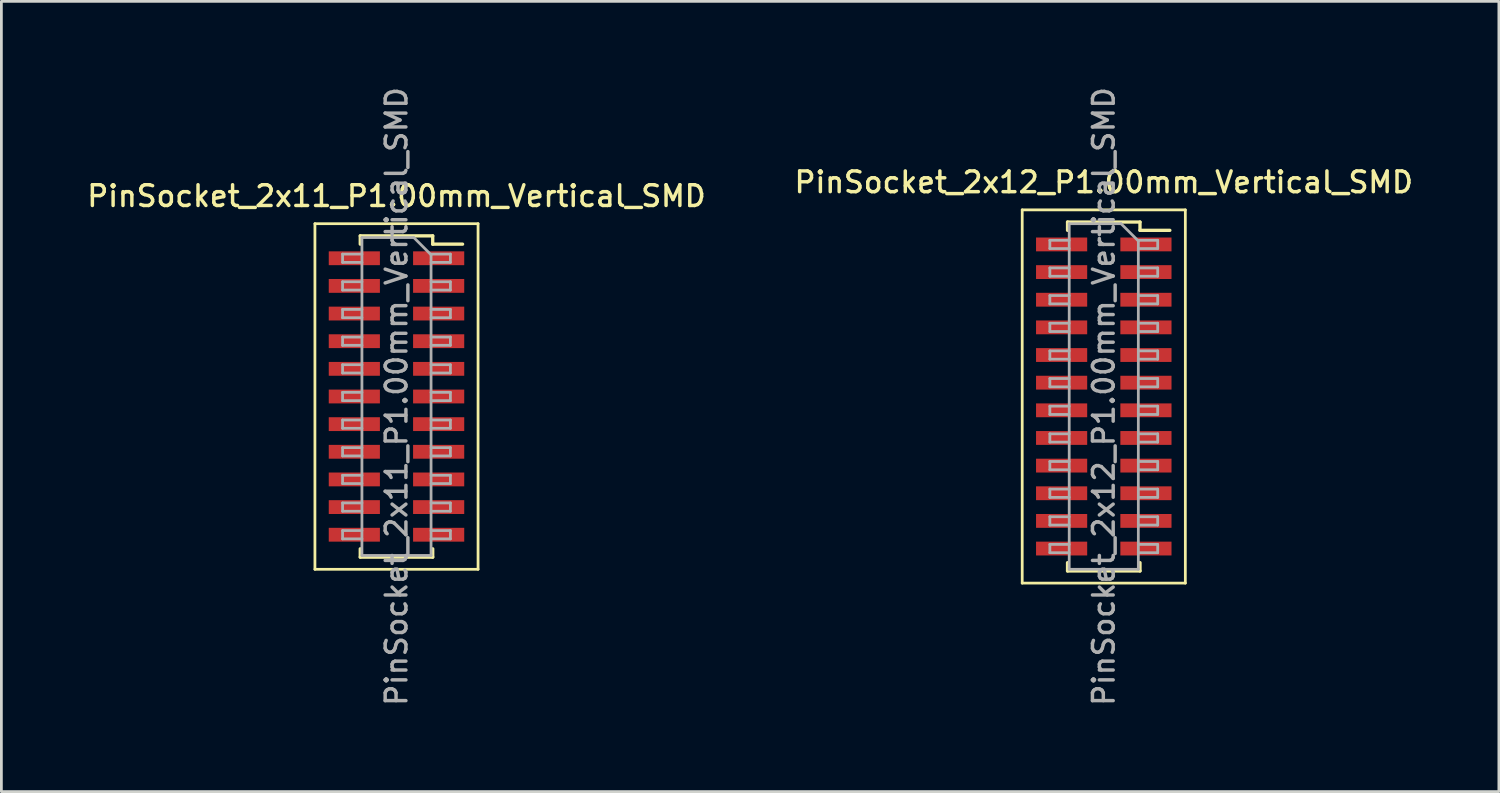
<source format=kicad_pcb>
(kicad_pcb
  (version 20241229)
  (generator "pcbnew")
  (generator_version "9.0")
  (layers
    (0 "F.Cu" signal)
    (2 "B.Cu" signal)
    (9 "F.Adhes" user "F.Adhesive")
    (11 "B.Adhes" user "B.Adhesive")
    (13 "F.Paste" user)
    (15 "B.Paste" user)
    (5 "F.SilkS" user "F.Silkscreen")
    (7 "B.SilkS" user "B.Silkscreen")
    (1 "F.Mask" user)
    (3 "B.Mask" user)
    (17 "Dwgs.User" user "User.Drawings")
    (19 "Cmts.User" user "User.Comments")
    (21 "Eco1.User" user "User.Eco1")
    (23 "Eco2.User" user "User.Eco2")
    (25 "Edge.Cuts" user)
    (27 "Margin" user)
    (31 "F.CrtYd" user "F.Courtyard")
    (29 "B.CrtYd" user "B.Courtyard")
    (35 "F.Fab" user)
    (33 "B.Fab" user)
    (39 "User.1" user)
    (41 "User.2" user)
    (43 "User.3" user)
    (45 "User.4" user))
  (footprint "PinSocket_2x12_P1.00mm_Vertical_SMD"
    (layer "F.Cu")
    (at 36.873 11.291)
    (property "Reference" "PinSocket_2x12_P1.00mm_Vertical_SMD" (at 0 -7.75 0) (layer "F.SilkS") (effects (font (size 0.75 0.75) (thickness 0.125))))
    (attr smd)
    (fp_line (start -2.95 -6.75) (end 2.95 -6.75) (stroke (width 0.1) (type solid)) (layer "F.SilkS"))
    (fp_line (start -2.95 6.75) (end -2.95 -6.75) (stroke (width 0.1) (type solid)) (layer "F.SilkS"))
    (fp_line (start -1.31 -6.31) (end -1.31 -6.01) (stroke (width 0.12) (type solid)) (layer "F.SilkS"))
    (fp_line (start -1.31 -6.31) (end 1.31 -6.31) (stroke (width 0.12) (type solid)) (layer "F.SilkS"))
    (fp_line (start -1.31 6.01) (end -1.31 6.31) (stroke (width 0.12) (type solid)) (layer "F.SilkS"))
    (fp_line (start -1.31 6.31) (end 1.31 6.31) (stroke (width 0.12) (type solid)) (layer "F.SilkS"))
    (fp_line (start 1.31 -6.31) (end 1.31 -6.01) (stroke (width 0.12) (type solid)) (layer "F.SilkS"))
    (fp_line (start 1.31 -6.01) (end 2.39 -6.01) (stroke (width 0.12) (type solid)) (layer "F.SilkS"))
    (fp_line (start 1.31 6.01) (end 1.31 6.31) (stroke (width 0.12) (type solid)) (layer "F.SilkS"))
    (fp_line (start 2.95 -6.75) (end 2.95 6.75) (stroke (width 0.1) (type solid)) (layer "F.SilkS"))
    (fp_line (start 2.95 6.75) (end -2.95 6.75) (stroke (width 0.1) (type solid)) (layer "F.SilkS"))
    (fp_line (start -1.95 -5.65) (end -1.25 -5.65) (stroke (width 0.1) (type solid)) (layer "F.Fab"))
    (fp_line (start -1.95 -5.35) (end -1.95 -5.65) (stroke (width 0.1) (type solid)) (layer "F.Fab"))
    (fp_line (start -1.95 -4.65) (end -1.25 -4.65) (stroke (width 0.1) (type solid)) (layer "F.Fab"))
    (fp_line (start -1.95 -4.35) (end -1.95 -4.65) (stroke (width 0.1) (type solid)) (layer "F.Fab"))
    (fp_line (start -1.95 -3.65) (end -1.25 -3.65) (stroke (width 0.1) (type solid)) (layer "F.Fab"))
    (fp_line (start -1.95 -3.35) (end -1.95 -3.65) (stroke (width 0.1) (type solid)) (layer "F.Fab"))
    (fp_line (start -1.95 -2.65) (end -1.25 -2.65) (stroke (width 0.1) (type solid)) (layer "F.Fab"))
    (fp_line (start -1.95 -2.35) (end -1.95 -2.65) (stroke (width 0.1) (type solid)) (layer "F.Fab"))
    (fp_line (start -1.95 -1.65) (end -1.25 -1.65) (stroke (width 0.1) (type solid)) (layer "F.Fab"))
    (fp_line (start -1.95 -1.35) (end -1.95 -1.65) (stroke (width 0.1) (type solid)) (layer "F.Fab"))
    (fp_line (start -1.95 -0.65) (end -1.25 -0.65) (stroke (width 0.1) (type solid)) (layer "F.Fab"))
    (fp_line (start -1.95 -0.35) (end -1.95 -0.65) (stroke (width 0.1) (type solid)) (layer "F.Fab"))
    (fp_line (start -1.95 0.35) (end -1.25 0.35) (stroke (width 0.1) (type solid)) (layer "F.Fab"))
    (fp_line (start -1.95 0.65) (end -1.95 0.35) (stroke (width 0.1) (type solid)) (layer "F.Fab"))
    (fp_line (start -1.95 1.35) (end -1.25 1.35) (stroke (width 0.1) (type solid)) (layer "F.Fab"))
    (fp_line (start -1.95 1.65) (end -1.95 1.35) (stroke (width 0.1) (type solid)) (layer "F.Fab"))
    (fp_line (start -1.95 2.35) (end -1.25 2.35) (stroke (width 0.1) (type solid)) (layer "F.Fab"))
    (fp_line (start -1.95 2.65) (end -1.95 2.35) (stroke (width 0.1) (type solid)) (layer "F.Fab"))
    (fp_line (start -1.95 3.35) (end -1.25 3.35) (stroke (width 0.1) (type solid)) (layer "F.Fab"))
    (fp_line (start -1.95 3.65) (end -1.95 3.35) (stroke (width 0.1) (type solid)) (layer "F.Fab"))
    (fp_line (start -1.95 4.35) (end -1.25 4.35) (stroke (width 0.1) (type solid)) (layer "F.Fab"))
    (fp_line (start -1.95 4.65) (end -1.95 4.35) (stroke (width 0.1) (type solid)) (layer "F.Fab"))
    (fp_line (start -1.95 5.35) (end -1.25 5.35) (stroke (width 0.1) (type solid)) (layer "F.Fab"))
    (fp_line (start -1.95 5.65) (end -1.95 5.35) (stroke (width 0.1) (type solid)) (layer "F.Fab"))
    (fp_line (start -1.25 -6.25) (end 0.625 -6.25) (stroke (width 0.1) (type solid)) (layer "F.Fab"))
    (fp_line (start -1.25 -5.35) (end -1.95 -5.35) (stroke (width 0.1) (type solid)) (layer "F.Fab"))
    (fp_line (start -1.25 -4.35) (end -1.95 -4.35) (stroke (width 0.1) (type solid)) (layer "F.Fab"))
    (fp_line (start -1.25 -3.35) (end -1.95 -3.35) (stroke (width 0.1) (type solid)) (layer "F.Fab"))
    (fp_line (start -1.25 -2.35) (end -1.95 -2.35) (stroke (width 0.1) (type solid)) (layer "F.Fab"))
    (fp_line (start -1.25 -1.35) (end -1.95 -1.35) (stroke (width 0.1) (type solid)) (layer "F.Fab"))
    (fp_line (start -1.25 -0.35) (end -1.95 -0.35) (stroke (width 0.1) (type solid)) (layer "F.Fab"))
    (fp_line (start -1.25 0.65) (end -1.95 0.65) (stroke (width 0.1) (type solid)) (layer "F.Fab"))
    (fp_line (start -1.25 1.65) (end -1.95 1.65) (stroke (width 0.1) (type solid)) (layer "F.Fab"))
    (fp_line (start -1.25 2.65) (end -1.95 2.65) (stroke (width 0.1) (type solid)) (layer "F.Fab"))
    (fp_line (start -1.25 3.65) (end -1.95 3.65) (stroke (width 0.1) (type solid)) (layer "F.Fab"))
    (fp_line (start -1.25 4.65) (end -1.95 4.65) (stroke (width 0.1) (type solid)) (layer "F.Fab"))
    (fp_line (start -1.25 5.65) (end -1.95 5.65) (stroke (width 0.1) (type solid)) (layer "F.Fab"))
    (fp_line (start -1.25 6.25) (end -1.25 -6.25) (stroke (width 0.1) (type solid)) (layer "F.Fab"))
    (fp_line (start 0.625 -6.25) (end 1.25 -5.625) (stroke (width 0.1) (type solid)) (layer "F.Fab"))
    (fp_line (start 1.25 -5.65) (end 1.95 -5.65) (stroke (width 0.1) (type solid)) (layer "F.Fab"))
    (fp_line (start 1.25 -5.625) (end 1.25 6.25) (stroke (width 0.1) (type solid)) (layer "F.Fab"))
    (fp_line (start 1.25 -4.65) (end 1.95 -4.65) (stroke (width 0.1) (type solid)) (layer "F.Fab"))
    (fp_line (start 1.25 -3.65) (end 1.95 -3.65) (stroke (width 0.1) (type solid)) (layer "F.Fab"))
    (fp_line (start 1.25 -2.65) (end 1.95 -2.65) (stroke (width 0.1) (type solid)) (layer "F.Fab"))
    (fp_line (start 1.25 -1.65) (end 1.95 -1.65) (stroke (width 0.1) (type solid)) (layer "F.Fab"))
    (fp_line (start 1.25 -0.65) (end 1.95 -0.65) (stroke (width 0.1) (type solid)) (layer "F.Fab"))
    (fp_line (start 1.25 0.35) (end 1.95 0.35) (stroke (width 0.1) (type solid)) (layer "F.Fab"))
    (fp_line (start 1.25 1.35) (end 1.95 1.35) (stroke (width 0.1) (type solid)) (layer "F.Fab"))
    (fp_line (start 1.25 2.35) (end 1.95 2.35) (stroke (width 0.1) (type solid)) (layer "F.Fab"))
    (fp_line (start 1.25 3.35) (end 1.95 3.35) (stroke (width 0.1) (type solid)) (layer "F.Fab"))
    (fp_line (start 1.25 4.35) (end 1.95 4.35) (stroke (width 0.1) (type solid)) (layer "F.Fab"))
    (fp_line (start 1.25 5.35) (end 1.95 5.35) (stroke (width 0.1) (type solid)) (layer "F.Fab"))
    (fp_line (start 1.25 6.25) (end -1.25 6.25) (stroke (width 0.1) (type solid)) (layer "F.Fab"))
    (fp_line (start 1.95 -5.65) (end 1.95 -5.35) (stroke (width 0.1) (type solid)) (layer "F.Fab"))
    (fp_line (start 1.95 -5.35) (end 1.25 -5.35) (stroke (width 0.1) (type solid)) (layer "F.Fab"))
    (fp_line (start 1.95 -4.65) (end 1.95 -4.35) (stroke (width 0.1) (type solid)) (layer "F.Fab"))
    (fp_line (start 1.95 -4.35) (end 1.25 -4.35) (stroke (width 0.1) (type solid)) (layer "F.Fab"))
    (fp_line (start 1.95 -3.65) (end 1.95 -3.35) (stroke (width 0.1) (type solid)) (layer "F.Fab"))
    (fp_line (start 1.95 -3.35) (end 1.25 -3.35) (stroke (width 0.1) (type solid)) (layer "F.Fab"))
    (fp_line (start 1.95 -2.65) (end 1.95 -2.35) (stroke (width 0.1) (type solid)) (layer "F.Fab"))
    (fp_line (start 1.95 -2.35) (end 1.25 -2.35) (stroke (width 0.1) (type solid)) (layer "F.Fab"))
    (fp_line (start 1.95 -1.65) (end 1.95 -1.35) (stroke (width 0.1) (type solid)) (layer "F.Fab"))
    (fp_line (start 1.95 -1.35) (end 1.25 -1.35) (stroke (width 0.1) (type solid)) (layer "F.Fab"))
    (fp_line (start 1.95 -0.65) (end 1.95 -0.35) (stroke (width 0.1) (type solid)) (layer "F.Fab"))
    (fp_line (start 1.95 -0.35) (end 1.25 -0.35) (stroke (width 0.1) (type solid)) (layer "F.Fab"))
    (fp_line (start 1.95 0.35) (end 1.95 0.65) (stroke (width 0.1) (type solid)) (layer "F.Fab"))
    (fp_line (start 1.95 0.65) (end 1.25 0.65) (stroke (width 0.1) (type solid)) (layer "F.Fab"))
    (fp_line (start 1.95 1.35) (end 1.95 1.65) (stroke (width 0.1) (type solid)) (layer "F.Fab"))
    (fp_line (start 1.95 1.65) (end 1.25 1.65) (stroke (width 0.1) (type solid)) (layer "F.Fab"))
    (fp_line (start 1.95 2.35) (end 1.95 2.65) (stroke (width 0.1) (type solid)) (layer "F.Fab"))
    (fp_line (start 1.95 2.65) (end 1.25 2.65) (stroke (width 0.1) (type solid)) (layer "F.Fab"))
    (fp_line (start 1.95 3.35) (end 1.95 3.65) (stroke (width 0.1) (type solid)) (layer "F.Fab"))
    (fp_line (start 1.95 3.65) (end 1.25 3.65) (stroke (width 0.1) (type solid)) (layer "F.Fab"))
    (fp_line (start 1.95 4.35) (end 1.95 4.65) (stroke (width 0.1) (type solid)) (layer "F.Fab"))
    (fp_line (start 1.95 4.65) (end 1.25 4.65) (stroke (width 0.1) (type solid)) (layer "F.Fab"))
    (fp_line (start 1.95 5.35) (end 1.95 5.65) (stroke (width 0.1) (type solid)) (layer "F.Fab"))
    (fp_line (start 1.95 5.65) (end 1.25 5.65) (stroke (width 0.1) (type solid)) (layer "F.Fab"))
    (fp_text user "${REFERENCE}" (at 0 0 90) (layer "F.Fab") (effects (font (size 0.75 0.75) (thickness 0.125))))
    (pad "1" smd rect (at 1.525 -5.5) (size 1.85 0.5) (layers "F.Cu" "F.Mask" "F.Paste"))
    (pad "2" smd rect (at -1.525 -5.5) (size 1.85 0.5) (layers "F.Cu" "F.Mask" "F.Paste"))
    (pad "3" smd rect (at 1.525 -4.5) (size 1.85 0.5) (layers "F.Cu" "F.Mask" "F.Paste"))
    (pad "4" smd rect (at -1.525 -4.5) (size 1.85 0.5) (layers "F.Cu" "F.Mask" "F.Paste"))
    (pad "5" smd rect (at 1.525 -3.5) (size 1.85 0.5) (layers "F.Cu" "F.Mask" "F.Paste"))
    (pad "6" smd rect (at -1.525 -3.5) (size 1.85 0.5) (layers "F.Cu" "F.Mask" "F.Paste"))
    (pad "7" smd rect (at 1.525 -2.5) (size 1.85 0.5) (layers "F.Cu" "F.Mask" "F.Paste"))
    (pad "8" smd rect (at -1.525 -2.5) (size 1.85 0.5) (layers "F.Cu" "F.Mask" "F.Paste"))
    (pad "9" smd rect (at 1.525 -1.5) (size 1.85 0.5) (layers "F.Cu" "F.Mask" "F.Paste"))
    (pad "10" smd rect (at -1.525 -1.5) (size 1.85 0.5) (layers "F.Cu" "F.Mask" "F.Paste"))
    (pad "11" smd rect (at 1.525 -0.5) (size 1.85 0.5) (layers "F.Cu" "F.Mask" "F.Paste"))
    (pad "12" smd rect (at -1.525 -0.5) (size 1.85 0.5) (layers "F.Cu" "F.Mask" "F.Paste"))
    (pad "13" smd rect (at 1.525 0.5) (size 1.85 0.5) (layers "F.Cu" "F.Mask" "F.Paste"))
    (pad "14" smd rect (at -1.525 0.5) (size 1.85 0.5) (layers "F.Cu" "F.Mask" "F.Paste"))
    (pad "15" smd rect (at 1.525 1.5) (size 1.85 0.5) (layers "F.Cu" "F.Mask" "F.Paste"))
    (pad "16" smd rect (at -1.525 1.5) (size 1.85 0.5) (layers "F.Cu" "F.Mask" "F.Paste"))
    (pad "17" smd rect (at 1.525 2.5) (size 1.85 0.5) (layers "F.Cu" "F.Mask" "F.Paste"))
    (pad "18" smd rect (at -1.525 2.5) (size 1.85 0.5) (layers "F.Cu" "F.Mask" "F.Paste"))
    (pad "19" smd rect (at 1.525 3.5) (size 1.85 0.5) (layers "F.Cu" "F.Mask" "F.Paste"))
    (pad "20" smd rect (at -1.525 3.5) (size 1.85 0.5) (layers "F.Cu" "F.Mask" "F.Paste"))
    (pad "21" smd rect (at 1.525 4.5) (size 1.85 0.5) (layers "F.Cu" "F.Mask" "F.Paste"))
    (pad "22" smd rect (at -1.525 4.5) (size 1.85 0.5) (layers "F.Cu" "F.Mask" "F.Paste"))
    (pad "23" smd rect (at 1.525 5.5) (size 1.85 0.5) (layers "F.Cu" "F.Mask" "F.Paste"))
    (pad "24" smd rect (at -1.525 5.5) (size 1.85 0.5) (layers "F.Cu" "F.Mask" "F.Paste")))
  (footprint "PinSocket_2x11_P1.00mm_Vertical_SMD"
    (layer "F.Cu")
    (at 11.291 11.291)
    (property "Reference" "PinSocket_2x11_P1.00mm_Vertical_SMD" (at 0 -7.25 0) (layer "F.SilkS") (effects (font (size 0.75 0.75) (thickness 0.125))))
    (attr smd)
    (fp_line (start -2.95 -6.25) (end 2.95 -6.25) (stroke (width 0.1) (type solid)) (layer "F.SilkS"))
    (fp_line (start -2.95 6.25) (end -2.95 -6.25) (stroke (width 0.1) (type solid)) (layer "F.SilkS"))
    (fp_line (start -1.31 -5.81) (end -1.31 -5.51) (stroke (width 0.12) (type solid)) (layer "F.SilkS"))
    (fp_line (start -1.31 -5.81) (end 1.31 -5.81) (stroke (width 0.12) (type solid)) (layer "F.SilkS"))
    (fp_line (start -1.31 5.51) (end -1.31 5.81) (stroke (width 0.12) (type solid)) (layer "F.SilkS"))
    (fp_line (start -1.31 5.81) (end 1.31 5.81) (stroke (width 0.12) (type solid)) (layer "F.SilkS"))
    (fp_line (start 1.31 -5.81) (end 1.31 -5.51) (stroke (width 0.12) (type solid)) (layer "F.SilkS"))
    (fp_line (start 1.31 -5.51) (end 2.39 -5.51) (stroke (width 0.12) (type solid)) (layer "F.SilkS"))
    (fp_line (start 1.31 5.51) (end 1.31 5.81) (stroke (width 0.12) (type solid)) (layer "F.SilkS"))
    (fp_line (start 2.95 -6.25) (end 2.95 6.25) (stroke (width 0.1) (type solid)) (layer "F.SilkS"))
    (fp_line (start 2.95 6.25) (end -2.95 6.25) (stroke (width 0.1) (type solid)) (layer "F.SilkS"))
    (fp_line (start -1.95 -5.15) (end -1.25 -5.15) (stroke (width 0.1) (type solid)) (layer "F.Fab"))
    (fp_line (start -1.95 -4.85) (end -1.95 -5.15) (stroke (width 0.1) (type solid)) (layer "F.Fab"))
    (fp_line (start -1.95 -4.15) (end -1.25 -4.15) (stroke (width 0.1) (type solid)) (layer "F.Fab"))
    (fp_line (start -1.95 -3.85) (end -1.95 -4.15) (stroke (width 0.1) (type solid)) (layer "F.Fab"))
    (fp_line (start -1.95 -3.15) (end -1.25 -3.15) (stroke (width 0.1) (type solid)) (layer "F.Fab"))
    (fp_line (start -1.95 -2.85) (end -1.95 -3.15) (stroke (width 0.1) (type solid)) (layer "F.Fab"))
    (fp_line (start -1.95 -2.15) (end -1.25 -2.15) (stroke (width 0.1) (type solid)) (layer "F.Fab"))
    (fp_line (start -1.95 -1.85) (end -1.95 -2.15) (stroke (width 0.1) (type solid)) (layer "F.Fab"))
    (fp_line (start -1.95 -1.15) (end -1.25 -1.15) (stroke (width 0.1) (type solid)) (layer "F.Fab"))
    (fp_line (start -1.95 -0.85) (end -1.95 -1.15) (stroke (width 0.1) (type solid)) (layer "F.Fab"))
    (fp_line (start -1.95 -0.15) (end -1.25 -0.15) (stroke (width 0.1) (type solid)) (layer "F.Fab"))
    (fp_line (start -1.95 0.15) (end -1.95 -0.15) (stroke (width 0.1) (type solid)) (layer "F.Fab"))
    (fp_line (start -1.95 0.85) (end -1.25 0.85) (stroke (width 0.1) (type solid)) (layer "F.Fab"))
    (fp_line (start -1.95 1.15) (end -1.95 0.85) (stroke (width 0.1) (type solid)) (layer "F.Fab"))
    (fp_line (start -1.95 1.85) (end -1.25 1.85) (stroke (width 0.1) (type solid)) (layer "F.Fab"))
    (fp_line (start -1.95 2.15) (end -1.95 1.85) (stroke (width 0.1) (type solid)) (layer "F.Fab"))
    (fp_line (start -1.95 2.85) (end -1.25 2.85) (stroke (width 0.1) (type solid)) (layer "F.Fab"))
    (fp_line (start -1.95 3.15) (end -1.95 2.85) (stroke (width 0.1) (type solid)) (layer "F.Fab"))
    (fp_line (start -1.95 3.85) (end -1.25 3.85) (stroke (width 0.1) (type solid)) (layer "F.Fab"))
    (fp_line (start -1.95 4.15) (end -1.95 3.85) (stroke (width 0.1) (type solid)) (layer "F.Fab"))
    (fp_line (start -1.95 4.85) (end -1.25 4.85) (stroke (width 0.1) (type solid)) (layer "F.Fab"))
    (fp_line (start -1.95 5.15) (end -1.95 4.85) (stroke (width 0.1) (type solid)) (layer "F.Fab"))
    (fp_line (start -1.25 -5.75) (end 0.625 -5.75) (stroke (width 0.1) (type solid)) (layer "F.Fab"))
    (fp_line (start -1.25 -4.85) (end -1.95 -4.85) (stroke (width 0.1) (type solid)) (layer "F.Fab"))
    (fp_line (start -1.25 -3.85) (end -1.95 -3.85) (stroke (width 0.1) (type solid)) (layer "F.Fab"))
    (fp_line (start -1.25 -2.85) (end -1.95 -2.85) (stroke (width 0.1) (type solid)) (layer "F.Fab"))
    (fp_line (start -1.25 -1.85) (end -1.95 -1.85) (stroke (width 0.1) (type solid)) (layer "F.Fab"))
    (fp_line (start -1.25 -0.85) (end -1.95 -0.85) (stroke (width 0.1) (type solid)) (layer "F.Fab"))
    (fp_line (start -1.25 0.15) (end -1.95 0.15) (stroke (width 0.1) (type solid)) (layer "F.Fab"))
    (fp_line (start -1.25 1.15) (end -1.95 1.15) (stroke (width 0.1) (type solid)) (layer "F.Fab"))
    (fp_line (start -1.25 2.15) (end -1.95 2.15) (stroke (width 0.1) (type solid)) (layer "F.Fab"))
    (fp_line (start -1.25 3.15) (end -1.95 3.15) (stroke (width 0.1) (type solid)) (layer "F.Fab"))
    (fp_line (start -1.25 4.15) (end -1.95 4.15) (stroke (width 0.1) (type solid)) (layer "F.Fab"))
    (fp_line (start -1.25 5.15) (end -1.95 5.15) (stroke (width 0.1) (type solid)) (layer "F.Fab"))
    (fp_line (start -1.25 5.75) (end -1.25 -5.75) (stroke (width 0.1) (type solid)) (layer "F.Fab"))
    (fp_line (start 0.625 -5.75) (end 1.25 -5.125) (stroke (width 0.1) (type solid)) (layer "F.Fab"))
    (fp_line (start 1.25 -5.15) (end 1.95 -5.15) (stroke (width 0.1) (type solid)) (layer "F.Fab"))
    (fp_line (start 1.25 -5.125) (end 1.25 5.75) (stroke (width 0.1) (type solid)) (layer "F.Fab"))
    (fp_line (start 1.25 -4.15) (end 1.95 -4.15) (stroke (width 0.1) (type solid)) (layer "F.Fab"))
    (fp_line (start 1.25 -3.15) (end 1.95 -3.15) (stroke (width 0.1) (type solid)) (layer "F.Fab"))
    (fp_line (start 1.25 -2.15) (end 1.95 -2.15) (stroke (width 0.1) (type solid)) (layer "F.Fab"))
    (fp_line (start 1.25 -1.15) (end 1.95 -1.15) (stroke (width 0.1) (type solid)) (layer "F.Fab"))
    (fp_line (start 1.25 -0.15) (end 1.95 -0.15) (stroke (width 0.1) (type solid)) (layer "F.Fab"))
    (fp_line (start 1.25 0.85) (end 1.95 0.85) (stroke (width 0.1) (type solid)) (layer "F.Fab"))
    (fp_line (start 1.25 1.85) (end 1.95 1.85) (stroke (width 0.1) (type solid)) (layer "F.Fab"))
    (fp_line (start 1.25 2.85) (end 1.95 2.85) (stroke (width 0.1) (type solid)) (layer "F.Fab"))
    (fp_line (start 1.25 3.85) (end 1.95 3.85) (stroke (width 0.1) (type solid)) (layer "F.Fab"))
    (fp_line (start 1.25 4.85) (end 1.95 4.85) (stroke (width 0.1) (type solid)) (layer "F.Fab"))
    (fp_line (start 1.25 5.75) (end -1.25 5.75) (stroke (width 0.1) (type solid)) (layer "F.Fab"))
    (fp_line (start 1.95 -5.15) (end 1.95 -4.85) (stroke (width 0.1) (type solid)) (layer "F.Fab"))
    (fp_line (start 1.95 -4.85) (end 1.25 -4.85) (stroke (width 0.1) (type solid)) (layer "F.Fab"))
    (fp_line (start 1.95 -4.15) (end 1.95 -3.85) (stroke (width 0.1) (type solid)) (layer "F.Fab"))
    (fp_line (start 1.95 -3.85) (end 1.25 -3.85) (stroke (width 0.1) (type solid)) (layer "F.Fab"))
    (fp_line (start 1.95 -3.15) (end 1.95 -2.85) (stroke (width 0.1) (type solid)) (layer "F.Fab"))
    (fp_line (start 1.95 -2.85) (end 1.25 -2.85) (stroke (width 0.1) (type solid)) (layer "F.Fab"))
    (fp_line (start 1.95 -2.15) (end 1.95 -1.85) (stroke (width 0.1) (type solid)) (layer "F.Fab"))
    (fp_line (start 1.95 -1.85) (end 1.25 -1.85) (stroke (width 0.1) (type solid)) (layer "F.Fab"))
    (fp_line (start 1.95 -1.15) (end 1.95 -0.85) (stroke (width 0.1) (type solid)) (layer "F.Fab"))
    (fp_line (start 1.95 -0.85) (end 1.25 -0.85) (stroke (width 0.1) (type solid)) (layer "F.Fab"))
    (fp_line (start 1.95 -0.15) (end 1.95 0.15) (stroke (width 0.1) (type solid)) (layer "F.Fab"))
    (fp_line (start 1.95 0.15) (end 1.25 0.15) (stroke (width 0.1) (type solid)) (layer "F.Fab"))
    (fp_line (start 1.95 0.85) (end 1.95 1.15) (stroke (width 0.1) (type solid)) (layer "F.Fab"))
    (fp_line (start 1.95 1.15) (end 1.25 1.15) (stroke (width 0.1) (type solid)) (layer "F.Fab"))
    (fp_line (start 1.95 1.85) (end 1.95 2.15) (stroke (width 0.1) (type solid)) (layer "F.Fab"))
    (fp_line (start 1.95 2.15) (end 1.25 2.15) (stroke (width 0.1) (type solid)) (layer "F.Fab"))
    (fp_line (start 1.95 2.85) (end 1.95 3.15) (stroke (width 0.1) (type solid)) (layer "F.Fab"))
    (fp_line (start 1.95 3.15) (end 1.25 3.15) (stroke (width 0.1) (type solid)) (layer "F.Fab"))
    (fp_line (start 1.95 3.85) (end 1.95 4.15) (stroke (width 0.1) (type solid)) (layer "F.Fab"))
    (fp_line (start 1.95 4.15) (end 1.25 4.15) (stroke (width 0.1) (type solid)) (layer "F.Fab"))
    (fp_line (start 1.95 4.85) (end 1.95 5.15) (stroke (width 0.1) (type solid)) (layer "F.Fab"))
    (fp_line (start 1.95 5.15) (end 1.25 5.15) (stroke (width 0.1) (type solid)) (layer "F.Fab"))
    (fp_text user "${REFERENCE}" (at 0 0 90) (layer "F.Fab") (effects (font (size 0.75 0.75) (thickness 0.125))))
    (pad "1" smd rect (at 1.525 -5) (size 1.85 0.5) (layers "F.Cu" "F.Mask" "F.Paste"))
    (pad "2" smd rect (at -1.525 -5) (size 1.85 0.5) (layers "F.Cu" "F.Mask" "F.Paste"))
    (pad "3" smd rect (at 1.525 -4) (size 1.85 0.5) (layers "F.Cu" "F.Mask" "F.Paste"))
    (pad "4" smd rect (at -1.525 -4) (size 1.85 0.5) (layers "F.Cu" "F.Mask" "F.Paste"))
    (pad "5" smd rect (at 1.525 -3) (size 1.85 0.5) (layers "F.Cu" "F.Mask" "F.Paste"))
    (pad "6" smd rect (at -1.525 -3) (size 1.85 0.5) (layers "F.Cu" "F.Mask" "F.Paste"))
    (pad "7" smd rect (at 1.525 -2) (size 1.85 0.5) (layers "F.Cu" "F.Mask" "F.Paste"))
    (pad "8" smd rect (at -1.525 -2) (size 1.85 0.5) (layers "F.Cu" "F.Mask" "F.Paste"))
    (pad "9" smd rect (at 1.525 -1) (size 1.85 0.5) (layers "F.Cu" "F.Mask" "F.Paste"))
    (pad "10" smd rect (at -1.525 -1) (size 1.85 0.5) (layers "F.Cu" "F.Mask" "F.Paste"))
    (pad "11" smd rect (at 1.525 0) (size 1.85 0.5) (layers "F.Cu" "F.Mask" "F.Paste"))
    (pad "12" smd rect (at -1.525 0) (size 1.85 0.5) (layers "F.Cu" "F.Mask" "F.Paste"))
    (pad "13" smd rect (at 1.525 1) (size 1.85 0.5) (layers "F.Cu" "F.Mask" "F.Paste"))
    (pad "14" smd rect (at -1.525 1) (size 1.85 0.5) (layers "F.Cu" "F.Mask" "F.Paste"))
    (pad "15" smd rect (at 1.525 2) (size 1.85 0.5) (layers "F.Cu" "F.Mask" "F.Paste"))
    (pad "16" smd rect (at -1.525 2) (size 1.85 0.5) (layers "F.Cu" "F.Mask" "F.Paste"))
    (pad "17" smd rect (at 1.525 3) (size 1.85 0.5) (layers "F.Cu" "F.Mask" "F.Paste"))
    (pad "18" smd rect (at -1.525 3) (size 1.85 0.5) (layers "F.Cu" "F.Mask" "F.Paste"))
    (pad "19" smd rect (at 1.525 4) (size 1.85 0.5) (layers "F.Cu" "F.Mask" "F.Paste"))
    (pad "20" smd rect (at -1.525 4) (size 1.85 0.5) (layers "F.Cu" "F.Mask" "F.Paste"))
    (pad "21" smd rect (at 1.525 5) (size 1.85 0.5) (layers "F.Cu" "F.Mask" "F.Paste"))
    (pad "22" smd rect (at -1.525 5) (size 1.85 0.5) (layers "F.Cu" "F.Mask" "F.Paste")))
  (gr_rect
    (start -3 -3)
    (end 51.164 25.582)
    (stroke (width 0.1) (type default))
    (fill no)
    (layer "Edge.Cuts")))
</source>
